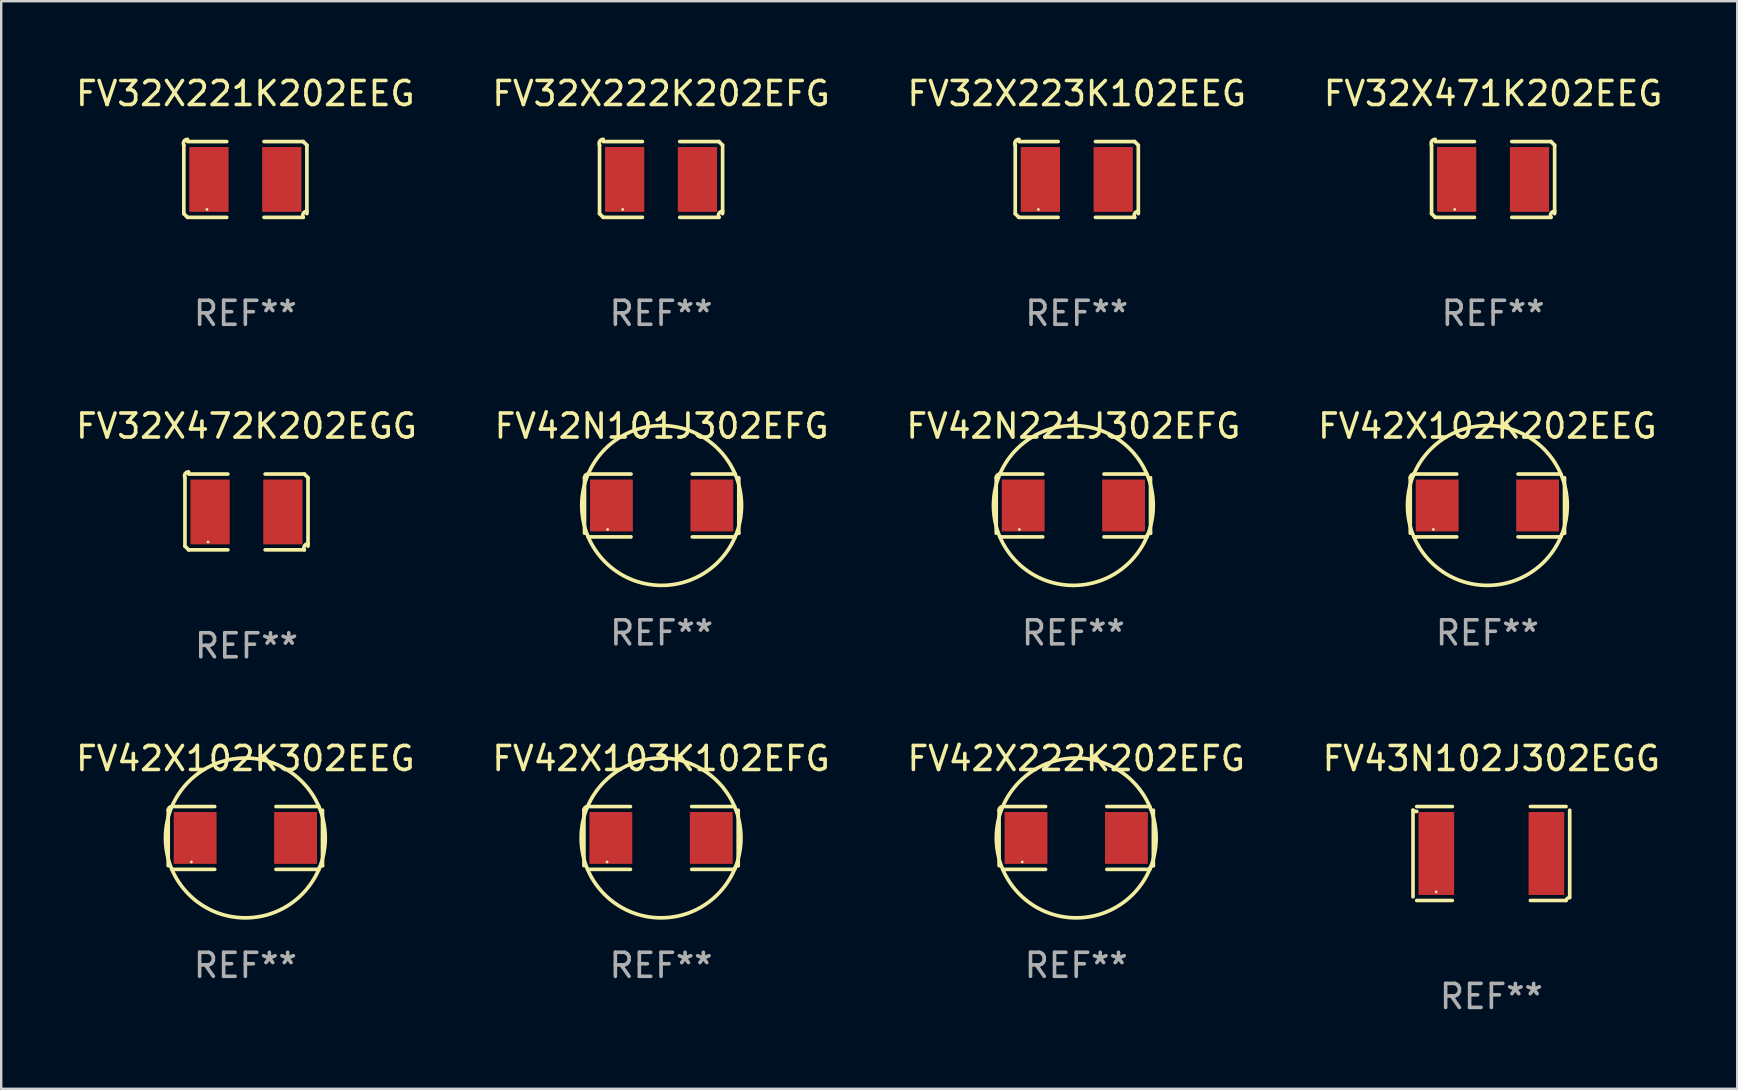
<source format=kicad_pcb>
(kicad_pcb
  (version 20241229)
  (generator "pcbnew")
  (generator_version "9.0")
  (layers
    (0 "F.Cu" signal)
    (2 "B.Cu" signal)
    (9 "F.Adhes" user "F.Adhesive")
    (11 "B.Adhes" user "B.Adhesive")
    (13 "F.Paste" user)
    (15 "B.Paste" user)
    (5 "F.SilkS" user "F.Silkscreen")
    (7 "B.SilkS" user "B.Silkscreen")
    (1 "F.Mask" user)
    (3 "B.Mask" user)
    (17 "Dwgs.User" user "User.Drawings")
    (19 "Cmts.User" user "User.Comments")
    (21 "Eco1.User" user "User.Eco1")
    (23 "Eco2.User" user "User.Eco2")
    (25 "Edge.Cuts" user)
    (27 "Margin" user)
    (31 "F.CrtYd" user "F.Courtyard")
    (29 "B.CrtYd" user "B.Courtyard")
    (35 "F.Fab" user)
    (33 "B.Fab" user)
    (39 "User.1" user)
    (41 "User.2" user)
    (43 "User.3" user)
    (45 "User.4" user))
  (footprint "FV32X472K202EGG"
    (layer "F.Cu")
    (at 7.22 18.281)
    (property "Reference" "FV32X472K202EGG" (at 0 -3.579 0) (layer "F.SilkS") (effects (font (size 1 1) (thickness 0.15))))
    (attr through_hole)
    (fp_line (start -2.564 1.426) (end -2.564 -1.426) (stroke (width 0.152) (type solid)) (layer "F.SilkS"))
    (fp_line (start -2.411 -1.579) (end -0.776 -1.579) (stroke (width 0.152) (type solid)) (layer "F.SilkS"))
    (fp_line (start -0.776 1.579) (end -2.411 1.579) (stroke (width 0.152) (type solid)) (layer "F.SilkS"))
    (fp_line (start 0.776 1.579) (end 2.411 1.579) (stroke (width 0.152) (type solid)) (layer "F.SilkS"))
    (fp_line (start 2.411 -1.579) (end 0.776 -1.579) (stroke (width 0.152) (type solid)) (layer "F.SilkS"))
    (fp_line (start 2.564 1.426) (end 2.564 -1.426) (stroke (width 0.152) (type solid)) (layer "F.SilkS"))
    (fp_arc (start -2.563602 -1.426213) (mid -2.555597 -1.591233) (end -2.411201 -1.671518) (stroke (width 0.1524) (type solid)) (layer "F.SilkS"))
    (fp_arc (start -2.5636 1.426214) (mid -2.487389 1.502402) (end -2.411201 1.578613) (stroke (width 0.1524) (type solid)) (layer "F.SilkS"))
    (fp_arc (start 2.411197 -1.578618) (mid 2.487403 -1.502419) (end 2.563602 -1.426213) (stroke (width 0.1524) (type solid)) (layer "F.SilkS"))
    (fp_arc (start 2.411201 1.578613) (mid 2.416214 1.409455) (end 2.563602 1.32629) (stroke (width 0.1524) (type solid)) (layer "F.SilkS"))
    (fp_circle (center -1.6 1.25) (end -1.57 1.25) (stroke (width 0.06) (type solid)) (fill no) (layer "F.SilkS"))
    (fp_text user "REF**" (at 0 5.579 0) (layer "F.Fab") (effects (font (size 1 1) (thickness 0.15))))
    (pad "1" smd rect (at -1.517 0) (size 1.635 2.7) (layers "F.Cu" "F.Mask" "F.Paste"))
    (pad "2" smd rect (at 1.517 0) (size 1.635 2.7) (layers "F.Cu" "F.Mask" "F.Paste")))
  (footprint "FV42X102K202EEG"
    (layer "F.Cu")
    (at 58.923 18.011)
    (property "Reference" "FV42X102K202EEG" (at 0 -3.309 0) (layer "F.SilkS") (effects (font (size 1 1) (thickness 0.15))))
    (attr through_hole)
    (fp_line (start -3.214 -1.156) (end -3.214 1.156) (stroke (width 0.152) (type solid)) (layer "F.SilkS"))
    (fp_line (start -3.061 1.309) (end -1.276 1.309) (stroke (width 0.152) (type solid)) (layer "F.SilkS"))
    (fp_line (start -1.276 -1.309) (end -3.061 -1.309) (stroke (width 0.152) (type solid)) (layer "F.SilkS"))
    (fp_line (start 1.276 -1.309) (end 3.061 -1.309) (stroke (width 0.152) (type solid)) (layer "F.SilkS"))
    (fp_line (start 3.061 1.309) (end 1.276 1.309) (stroke (width 0.152) (type solid)) (layer "F.SilkS"))
    (fp_line (start 3.214 -1.156) (end 3.214 1.156) (stroke (width 0.152) (type solid)) (layer "F.SilkS"))
    (fp_arc (start -3.21359 -1.15621) (mid -3.168953 -1.263974) (end -3.061189 -1.308611) (stroke (width 0.1524) (type solid)) (layer "F.SilkS"))
    (fp_arc (start 3.061188 1.308611) (mid 3.105825 1.200847) (end 3.213589 1.15621) (stroke (width 0.1524) (type solid)) (layer "F.SilkS"))
    (fp_arc (start 3.061189 -1.308611) (mid -3.061167 1.308589) (end 3.061189 -1.308611) (stroke (width 0.1524) (type solid)) (layer "F.SilkS"))
    (fp_circle (center -2.25 1) (end -2.22 1) (stroke (width 0.06) (type solid)) (fill no) (layer "F.SilkS"))
    (fp_text user "REF**" (at 0 5.309 0) (layer "F.Fab") (effects (font (size 1 1) (thickness 0.15))))
    (pad "1" smd rect (at -2.092 0) (size 1.785 2.16) (layers "F.Cu" "F.Mask" "F.Paste"))
    (pad "2" smd rect (at 2.092 0) (size 1.785 2.16) (layers "F.Cu" "F.Mask" "F.Paste")))
  (footprint "FV42X103K102EFG"
    (layer "F.Cu")
    (at 24.494 31.864)
    (property "Reference" "FV42X103K102EFG" (at 0 -3.309 0) (layer "F.SilkS") (effects (font (size 1 1) (thickness 0.15))))
    (attr through_hole)
    (fp_line (start -3.214 -1.156) (end -3.214 1.156) (stroke (width 0.152) (type solid)) (layer "F.SilkS"))
    (fp_line (start -3.061 1.309) (end -1.276 1.309) (stroke (width 0.152) (type solid)) (layer "F.SilkS"))
    (fp_line (start -1.276 -1.309) (end -3.061 -1.309) (stroke (width 0.152) (type solid)) (layer "F.SilkS"))
    (fp_line (start 1.276 -1.309) (end 3.061 -1.309) (stroke (width 0.152) (type solid)) (layer "F.SilkS"))
    (fp_line (start 3.061 1.309) (end 1.276 1.309) (stroke (width 0.152) (type solid)) (layer "F.SilkS"))
    (fp_line (start 3.214 -1.156) (end 3.214 1.156) (stroke (width 0.152) (type solid)) (layer "F.SilkS"))
    (fp_arc (start -3.21359 -1.15621) (mid -3.168953 -1.263974) (end -3.061189 -1.308611) (stroke (width 0.1524) (type solid)) (layer "F.SilkS"))
    (fp_arc (start 3.061188 1.308611) (mid 3.105825 1.200847) (end 3.213589 1.15621) (stroke (width 0.1524) (type solid)) (layer "F.SilkS"))
    (fp_arc (start 3.061189 -1.308611) (mid -3.061167 1.308589) (end 3.061189 -1.308611) (stroke (width 0.1524) (type solid)) (layer "F.SilkS"))
    (fp_circle (center -2.25 1) (end -2.22 1) (stroke (width 0.06) (type solid)) (fill no) (layer "F.SilkS"))
    (fp_text user "REF**" (at 0 5.309 0) (layer "F.Fab") (effects (font (size 1 1) (thickness 0.15))))
    (pad "1" smd rect (at -2.092 0) (size 1.785 2.16) (layers "F.Cu" "F.Mask" "F.Paste"))
    (pad "2" smd rect (at 2.092 0) (size 1.785 2.16) (layers "F.Cu" "F.Mask" "F.Paste")))
  (footprint "FV42X102K302EEG"
    (layer "F.Cu")
    (at 7.173 31.864)
    (property "Reference" "FV42X102K302EEG" (at 0 -3.309 0) (layer "F.SilkS") (effects (font (size 1 1) (thickness 0.15))))
    (attr through_hole)
    (fp_line (start -3.214 -1.156) (end -3.214 1.156) (stroke (width 0.152) (type solid)) (layer "F.SilkS"))
    (fp_line (start -3.061 1.309) (end -1.276 1.309) (stroke (width 0.152) (type solid)) (layer "F.SilkS"))
    (fp_line (start -1.276 -1.309) (end -3.061 -1.309) (stroke (width 0.152) (type solid)) (layer "F.SilkS"))
    (fp_line (start 1.276 -1.309) (end 3.061 -1.309) (stroke (width 0.152) (type solid)) (layer "F.SilkS"))
    (fp_line (start 3.061 1.309) (end 1.276 1.309) (stroke (width 0.152) (type solid)) (layer "F.SilkS"))
    (fp_line (start 3.214 -1.156) (end 3.214 1.156) (stroke (width 0.152) (type solid)) (layer "F.SilkS"))
    (fp_arc (start -3.21359 -1.15621) (mid -3.168953 -1.263974) (end -3.061189 -1.308611) (stroke (width 0.1524) (type solid)) (layer "F.SilkS"))
    (fp_arc (start 3.061188 1.308611) (mid 3.105825 1.200847) (end 3.213589 1.15621) (stroke (width 0.1524) (type solid)) (layer "F.SilkS"))
    (fp_arc (start 3.061189 -1.308611) (mid -3.061167 1.308589) (end 3.061189 -1.308611) (stroke (width 0.1524) (type solid)) (layer "F.SilkS"))
    (fp_circle (center -2.25 1) (end -2.22 1) (stroke (width 0.06) (type solid)) (fill no) (layer "F.SilkS"))
    (fp_text user "REF**" (at 0 5.309 0) (layer "F.Fab") (effects (font (size 1 1) (thickness 0.15))))
    (pad "1" smd rect (at -2.092 0) (size 1.785 2.16) (layers "F.Cu" "F.Mask" "F.Paste"))
    (pad "2" smd rect (at 2.092 0) (size 1.785 2.16) (layers "F.Cu" "F.Mask" "F.Paste")))
  (footprint "FV43N102J302EGG"
    (layer "F.Cu")
    (at 59.089 32.512)
    (property "Reference" "FV43N102J302EGG" (at 0 -3.957 0) (layer "F.SilkS") (effects (font (size 1 1) (thickness 0.15))))
    (attr through_hole)
    (fp_line (start -3.264 1.804) (end -3.264 -1.804) (stroke (width 0.152) (type solid)) (layer "F.SilkS"))
    (fp_line (start -3.111 -1.957) (end -1.626 -1.957) (stroke (width 0.152) (type solid)) (layer "F.SilkS"))
    (fp_line (start -1.626 1.957) (end -3.111 1.957) (stroke (width 0.152) (type solid)) (layer "F.SilkS"))
    (fp_line (start 1.626 1.957) (end 3.111 1.957) (stroke (width 0.152) (type solid)) (layer "F.SilkS"))
    (fp_line (start 3.111 -1.957) (end 1.626 -1.957) (stroke (width 0.152) (type solid)) (layer "F.SilkS"))
    (fp_line (start 3.264 1.804) (end 3.264 -1.804) (stroke (width 0.152) (type solid)) (layer "F.SilkS"))
    (fp_arc (start -3.111202 -1.752192) (mid -3.191715 -1.76555) (end -3.263602 -1.804191) (stroke (width 0.1524) (type solid)) (layer "F.SilkS"))
    (fp_arc (start 3.111201 1.956591) (mid 3.167789 1.872777) (end 3.263602 1.840424) (stroke (width 0.1524) (type solid)) (layer "F.SilkS"))
    (fp_circle (center -2.3 1.6) (end -2.27 1.6) (stroke (width 0.06) (type solid)) (fill no) (layer "F.SilkS"))
    (fp_text user "REF**" (at 0 5.957 0) (layer "F.Fab") (effects (font (size 1 1) (thickness 0.15))))
    (pad "1" smd rect (at -2.293 0) (size 1.485 3.456) (layers "F.Cu" "F.Mask" "F.Paste"))
    (pad "2" smd rect (at 2.293 0) (size 1.485 3.456) (layers "F.Cu" "F.Mask" "F.Paste")))
  (footprint "FV32X471K202EEG"
    (layer "F.Cu")
    (at 59.161 4.427)
    (property "Reference" "FV32X471K202EEG" (at 0 -3.579 0) (layer "F.SilkS") (effects (font (size 1 1) (thickness 0.15))))
    (attr through_hole)
    (fp_line (start -2.564 1.426) (end -2.564 -1.426) (stroke (width 0.152) (type solid)) (layer "F.SilkS"))
    (fp_line (start -2.411 -1.579) (end -0.776 -1.579) (stroke (width 0.152) (type solid)) (layer "F.SilkS"))
    (fp_line (start -0.776 1.579) (end -2.411 1.579) (stroke (width 0.152) (type solid)) (layer "F.SilkS"))
    (fp_line (start 0.776 1.579) (end 2.411 1.579) (stroke (width 0.152) (type solid)) (layer "F.SilkS"))
    (fp_line (start 2.411 -1.579) (end 0.776 -1.579) (stroke (width 0.152) (type solid)) (layer "F.SilkS"))
    (fp_line (start 2.564 1.426) (end 2.564 -1.426) (stroke (width 0.152) (type solid)) (layer "F.SilkS"))
    (fp_arc (start -2.563602 -1.426213) (mid -2.555597 -1.591233) (end -2.411201 -1.671518) (stroke (width 0.1524) (type solid)) (layer "F.SilkS"))
    (fp_arc (start -2.5636 1.426214) (mid -2.487389 1.502402) (end -2.411201 1.578613) (stroke (width 0.1524) (type solid)) (layer "F.SilkS"))
    (fp_arc (start 2.411197 -1.578618) (mid 2.487403 -1.502419) (end 2.563602 -1.426213) (stroke (width 0.1524) (type solid)) (layer "F.SilkS"))
    (fp_arc (start 2.411201 1.578613) (mid 2.416214 1.409455) (end 2.563602 1.32629) (stroke (width 0.1524) (type solid)) (layer "F.SilkS"))
    (fp_circle (center -1.6 1.25) (end -1.57 1.25) (stroke (width 0.06) (type solid)) (fill no) (layer "F.SilkS"))
    (fp_text user "REF**" (at 0 5.579 0) (layer "F.Fab") (effects (font (size 1 1) (thickness 0.15))))
    (pad "1" smd rect (at -1.517 0) (size 1.635 2.7) (layers "F.Cu" "F.Mask" "F.Paste"))
    (pad "2" smd rect (at 1.517 0) (size 1.635 2.7) (layers "F.Cu" "F.Mask" "F.Paste")))
  (footprint "FV32X223K102EEG"
    (layer "F.Cu")
    (at 41.815 4.427)
    (property "Reference" "FV32X223K102EEG" (at 0 -3.579 0) (layer "F.SilkS") (effects (font (size 1 1) (thickness 0.15))))
    (attr through_hole)
    (fp_line (start -2.564 1.426) (end -2.564 -1.426) (stroke (width 0.152) (type solid)) (layer "F.SilkS"))
    (fp_line (start -2.411 -1.579) (end -0.776 -1.579) (stroke (width 0.152) (type solid)) (layer "F.SilkS"))
    (fp_line (start -0.776 1.579) (end -2.411 1.579) (stroke (width 0.152) (type solid)) (layer "F.SilkS"))
    (fp_line (start 0.776 1.579) (end 2.411 1.579) (stroke (width 0.152) (type solid)) (layer "F.SilkS"))
    (fp_line (start 2.411 -1.579) (end 0.776 -1.579) (stroke (width 0.152) (type solid)) (layer "F.SilkS"))
    (fp_line (start 2.564 1.426) (end 2.564 -1.426) (stroke (width 0.152) (type solid)) (layer "F.SilkS"))
    (fp_arc (start -2.563602 -1.426213) (mid -2.555597 -1.591233) (end -2.411201 -1.671518) (stroke (width 0.1524) (type solid)) (layer "F.SilkS"))
    (fp_arc (start -2.5636 1.426214) (mid -2.487389 1.502402) (end -2.411201 1.578613) (stroke (width 0.1524) (type solid)) (layer "F.SilkS"))
    (fp_arc (start 2.411197 -1.578618) (mid 2.487403 -1.502419) (end 2.563602 -1.426213) (stroke (width 0.1524) (type solid)) (layer "F.SilkS"))
    (fp_arc (start 2.411201 1.578613) (mid 2.416214 1.409455) (end 2.563602 1.32629) (stroke (width 0.1524) (type solid)) (layer "F.SilkS"))
    (fp_circle (center -1.6 1.25) (end -1.57 1.25) (stroke (width 0.06) (type solid)) (fill no) (layer "F.SilkS"))
    (fp_text user "REF**" (at 0 5.579 0) (layer "F.Fab") (effects (font (size 1 1) (thickness 0.15))))
    (pad "1" smd rect (at -1.517 0) (size 1.635 2.7) (layers "F.Cu" "F.Mask" "F.Paste"))
    (pad "2" smd rect (at 1.517 0) (size 1.635 2.7) (layers "F.Cu" "F.Mask" "F.Paste")))
  (footprint "FV42N221J302EFG"
    (layer "F.Cu")
    (at 41.673 18.011)
    (property "Reference" "FV42N221J302EFG" (at 0 -3.309 0) (layer "F.SilkS") (effects (font (size 1 1) (thickness 0.15))))
    (attr through_hole)
    (fp_line (start -3.214 -1.156) (end -3.214 1.156) (stroke (width 0.152) (type solid)) (layer "F.SilkS"))
    (fp_line (start -3.061 1.309) (end -1.276 1.309) (stroke (width 0.152) (type solid)) (layer "F.SilkS"))
    (fp_line (start -1.276 -1.309) (end -3.061 -1.309) (stroke (width 0.152) (type solid)) (layer "F.SilkS"))
    (fp_line (start 1.276 -1.309) (end 3.061 -1.309) (stroke (width 0.152) (type solid)) (layer "F.SilkS"))
    (fp_line (start 3.061 1.309) (end 1.276 1.309) (stroke (width 0.152) (type solid)) (layer "F.SilkS"))
    (fp_line (start 3.214 -1.156) (end 3.214 1.156) (stroke (width 0.152) (type solid)) (layer "F.SilkS"))
    (fp_arc (start -3.21359 -1.15621) (mid -3.168953 -1.263974) (end -3.061189 -1.308611) (stroke (width 0.1524) (type solid)) (layer "F.SilkS"))
    (fp_arc (start 3.061188 1.308611) (mid 3.105825 1.200847) (end 3.213589 1.15621) (stroke (width 0.1524) (type solid)) (layer "F.SilkS"))
    (fp_arc (start 3.061189 -1.308611) (mid -3.061167 1.308589) (end 3.061189 -1.308611) (stroke (width 0.1524) (type solid)) (layer "F.SilkS"))
    (fp_circle (center -2.25 1) (end -2.22 1) (stroke (width 0.06) (type solid)) (fill no) (layer "F.SilkS"))
    (fp_text user "REF**" (at 0 5.309 0) (layer "F.Fab") (effects (font (size 1 1) (thickness 0.15))))
    (pad "1" smd rect (at -2.092 0) (size 1.785 2.16) (layers "F.Cu" "F.Mask" "F.Paste"))
    (pad "2" smd rect (at 2.092 0) (size 1.785 2.16) (layers "F.Cu" "F.Mask" "F.Paste")))
  (footprint "FV42N101J302EFG"
    (layer "F.Cu")
    (at 24.518 18.011)
    (property "Reference" "FV42N101J302EFG" (at 0 -3.309 0) (layer "F.SilkS") (effects (font (size 1 1) (thickness 0.15))))
    (attr through_hole)
    (fp_line (start -3.214 -1.156) (end -3.214 1.156) (stroke (width 0.152) (type solid)) (layer "F.SilkS"))
    (fp_line (start -3.061 1.309) (end -1.276 1.309) (stroke (width 0.152) (type solid)) (layer "F.SilkS"))
    (fp_line (start -1.276 -1.309) (end -3.061 -1.309) (stroke (width 0.152) (type solid)) (layer "F.SilkS"))
    (fp_line (start 1.276 -1.309) (end 3.061 -1.309) (stroke (width 0.152) (type solid)) (layer "F.SilkS"))
    (fp_line (start 3.061 1.309) (end 1.276 1.309) (stroke (width 0.152) (type solid)) (layer "F.SilkS"))
    (fp_line (start 3.214 -1.156) (end 3.214 1.156) (stroke (width 0.152) (type solid)) (layer "F.SilkS"))
    (fp_arc (start -3.21359 -1.15621) (mid -3.168953 -1.263974) (end -3.061189 -1.308611) (stroke (width 0.1524) (type solid)) (layer "F.SilkS"))
    (fp_arc (start 3.061188 1.308611) (mid 3.105825 1.200847) (end 3.213589 1.15621) (stroke (width 0.1524) (type solid)) (layer "F.SilkS"))
    (fp_arc (start 3.061189 -1.308611) (mid -3.061167 1.308589) (end 3.061189 -1.308611) (stroke (width 0.1524) (type solid)) (layer "F.SilkS"))
    (fp_circle (center -2.25 1) (end -2.22 1) (stroke (width 0.06) (type solid)) (fill no) (layer "F.SilkS"))
    (fp_text user "REF**" (at 0 5.309 0) (layer "F.Fab") (effects (font (size 1 1) (thickness 0.15))))
    (pad "1" smd rect (at -2.092 0) (size 1.785 2.16) (layers "F.Cu" "F.Mask" "F.Paste"))
    (pad "2" smd rect (at 2.092 0) (size 1.785 2.16) (layers "F.Cu" "F.Mask" "F.Paste")))
  (footprint "FV32X221K202EEG"
    (layer "F.Cu")
    (at 7.173 4.427)
    (property "Reference" "FV32X221K202EEG" (at 0 -3.579 0) (layer "F.SilkS") (effects (font (size 1 1) (thickness 0.15))))
    (attr through_hole)
    (fp_line (start -2.564 1.426) (end -2.564 -1.426) (stroke (width 0.152) (type solid)) (layer "F.SilkS"))
    (fp_line (start -2.411 -1.579) (end -0.776 -1.579) (stroke (width 0.152) (type solid)) (layer "F.SilkS"))
    (fp_line (start -0.776 1.579) (end -2.411 1.579) (stroke (width 0.152) (type solid)) (layer "F.SilkS"))
    (fp_line (start 0.776 1.579) (end 2.411 1.579) (stroke (width 0.152) (type solid)) (layer "F.SilkS"))
    (fp_line (start 2.411 -1.579) (end 0.776 -1.579) (stroke (width 0.152) (type solid)) (layer "F.SilkS"))
    (fp_line (start 2.564 1.426) (end 2.564 -1.426) (stroke (width 0.152) (type solid)) (layer "F.SilkS"))
    (fp_arc (start -2.563602 -1.426213) (mid -2.555597 -1.591233) (end -2.411201 -1.671518) (stroke (width 0.1524) (type solid)) (layer "F.SilkS"))
    (fp_arc (start -2.5636 1.426214) (mid -2.487389 1.502402) (end -2.411201 1.578613) (stroke (width 0.1524) (type solid)) (layer "F.SilkS"))
    (fp_arc (start 2.411197 -1.578618) (mid 2.487403 -1.502419) (end 2.563602 -1.426213) (stroke (width 0.1524) (type solid)) (layer "F.SilkS"))
    (fp_arc (start 2.411201 1.578613) (mid 2.416214 1.409455) (end 2.563602 1.32629) (stroke (width 0.1524) (type solid)) (layer "F.SilkS"))
    (fp_circle (center -1.6 1.25) (end -1.57 1.25) (stroke (width 0.06) (type solid)) (fill no) (layer "F.SilkS"))
    (fp_text user "REF**" (at 0 5.579 0) (layer "F.Fab") (effects (font (size 1 1) (thickness 0.15))))
    (pad "1" smd rect (at -1.517 0) (size 1.635 2.7) (layers "F.Cu" "F.Mask" "F.Paste"))
    (pad "2" smd rect (at 1.517 0) (size 1.635 2.7) (layers "F.Cu" "F.Mask" "F.Paste")))
  (footprint "FV42X222K202EFG"
    (layer "F.Cu")
    (at 41.792 31.864)
    (property "Reference" "FV42X222K202EFG" (at 0 -3.309 0) (layer "F.SilkS") (effects (font (size 1 1) (thickness 0.15))))
    (attr through_hole)
    (fp_line (start -3.214 -1.156) (end -3.214 1.156) (stroke (width 0.152) (type solid)) (layer "F.SilkS"))
    (fp_line (start -3.061 1.309) (end -1.276 1.309) (stroke (width 0.152) (type solid)) (layer "F.SilkS"))
    (fp_line (start -1.276 -1.309) (end -3.061 -1.309) (stroke (width 0.152) (type solid)) (layer "F.SilkS"))
    (fp_line (start 1.276 -1.309) (end 3.061 -1.309) (stroke (width 0.152) (type solid)) (layer "F.SilkS"))
    (fp_line (start 3.061 1.309) (end 1.276 1.309) (stroke (width 0.152) (type solid)) (layer "F.SilkS"))
    (fp_line (start 3.214 -1.156) (end 3.214 1.156) (stroke (width 0.152) (type solid)) (layer "F.SilkS"))
    (fp_arc (start -3.21359 -1.15621) (mid -3.168953 -1.263974) (end -3.061189 -1.308611) (stroke (width 0.1524) (type solid)) (layer "F.SilkS"))
    (fp_arc (start 3.061188 1.308611) (mid 3.105825 1.200847) (end 3.213589 1.15621) (stroke (width 0.1524) (type solid)) (layer "F.SilkS"))
    (fp_arc (start 3.061189 -1.308611) (mid -3.061167 1.308589) (end 3.061189 -1.308611) (stroke (width 0.1524) (type solid)) (layer "F.SilkS"))
    (fp_circle (center -2.25 1) (end -2.22 1) (stroke (width 0.06) (type solid)) (fill no) (layer "F.SilkS"))
    (fp_text user "REF**" (at 0 5.309 0) (layer "F.Fab") (effects (font (size 1 1) (thickness 0.15))))
    (pad "1" smd rect (at -2.092 0) (size 1.785 2.16) (layers "F.Cu" "F.Mask" "F.Paste"))
    (pad "2" smd rect (at 2.092 0) (size 1.785 2.16) (layers "F.Cu" "F.Mask" "F.Paste")))
  (footprint "FV32X222K202EFG"
    (layer "F.Cu")
    (at 24.494 4.427)
    (property "Reference" "FV32X222K202EFG" (at 0 -3.579 0) (layer "F.SilkS") (effects (font (size 1 1) (thickness 0.15))))
    (attr through_hole)
    (fp_line (start -2.564 1.426) (end -2.564 -1.426) (stroke (width 0.152) (type solid)) (layer "F.SilkS"))
    (fp_line (start -2.411 -1.579) (end -0.776 -1.579) (stroke (width 0.152) (type solid)) (layer "F.SilkS"))
    (fp_line (start -0.776 1.579) (end -2.411 1.579) (stroke (width 0.152) (type solid)) (layer "F.SilkS"))
    (fp_line (start 0.776 1.579) (end 2.411 1.579) (stroke (width 0.152) (type solid)) (layer "F.SilkS"))
    (fp_line (start 2.411 -1.579) (end 0.776 -1.579) (stroke (width 0.152) (type solid)) (layer "F.SilkS"))
    (fp_line (start 2.564 1.426) (end 2.564 -1.426) (stroke (width 0.152) (type solid)) (layer "F.SilkS"))
    (fp_arc (start -2.563602 -1.426213) (mid -2.555597 -1.591233) (end -2.411201 -1.671518) (stroke (width 0.1524) (type solid)) (layer "F.SilkS"))
    (fp_arc (start -2.5636 1.426214) (mid -2.487389 1.502402) (end -2.411201 1.578613) (stroke (width 0.1524) (type solid)) (layer "F.SilkS"))
    (fp_arc (start 2.411197 -1.578618) (mid 2.487403 -1.502419) (end 2.563602 -1.426213) (stroke (width 0.1524) (type solid)) (layer "F.SilkS"))
    (fp_arc (start 2.411201 1.578613) (mid 2.416214 1.409455) (end 2.563602 1.32629) (stroke (width 0.1524) (type solid)) (layer "F.SilkS"))
    (fp_circle (center -1.6 1.25) (end -1.57 1.25) (stroke (width 0.06) (type solid)) (fill no) (layer "F.SilkS"))
    (fp_text user "REF**" (at 0 5.579 0) (layer "F.Fab") (effects (font (size 1 1) (thickness 0.15))))
    (pad "1" smd rect (at -1.517 0) (size 1.635 2.7) (layers "F.Cu" "F.Mask" "F.Paste"))
    (pad "2" smd rect (at 1.517 0) (size 1.635 2.7) (layers "F.Cu" "F.Mask" "F.Paste")))
  (gr_rect
    (start -3 -3)
    (end 69.333 42.317)
    (stroke (width 0.1) (type default))
    (fill no)
    (layer "Edge.Cuts")))
</source>
